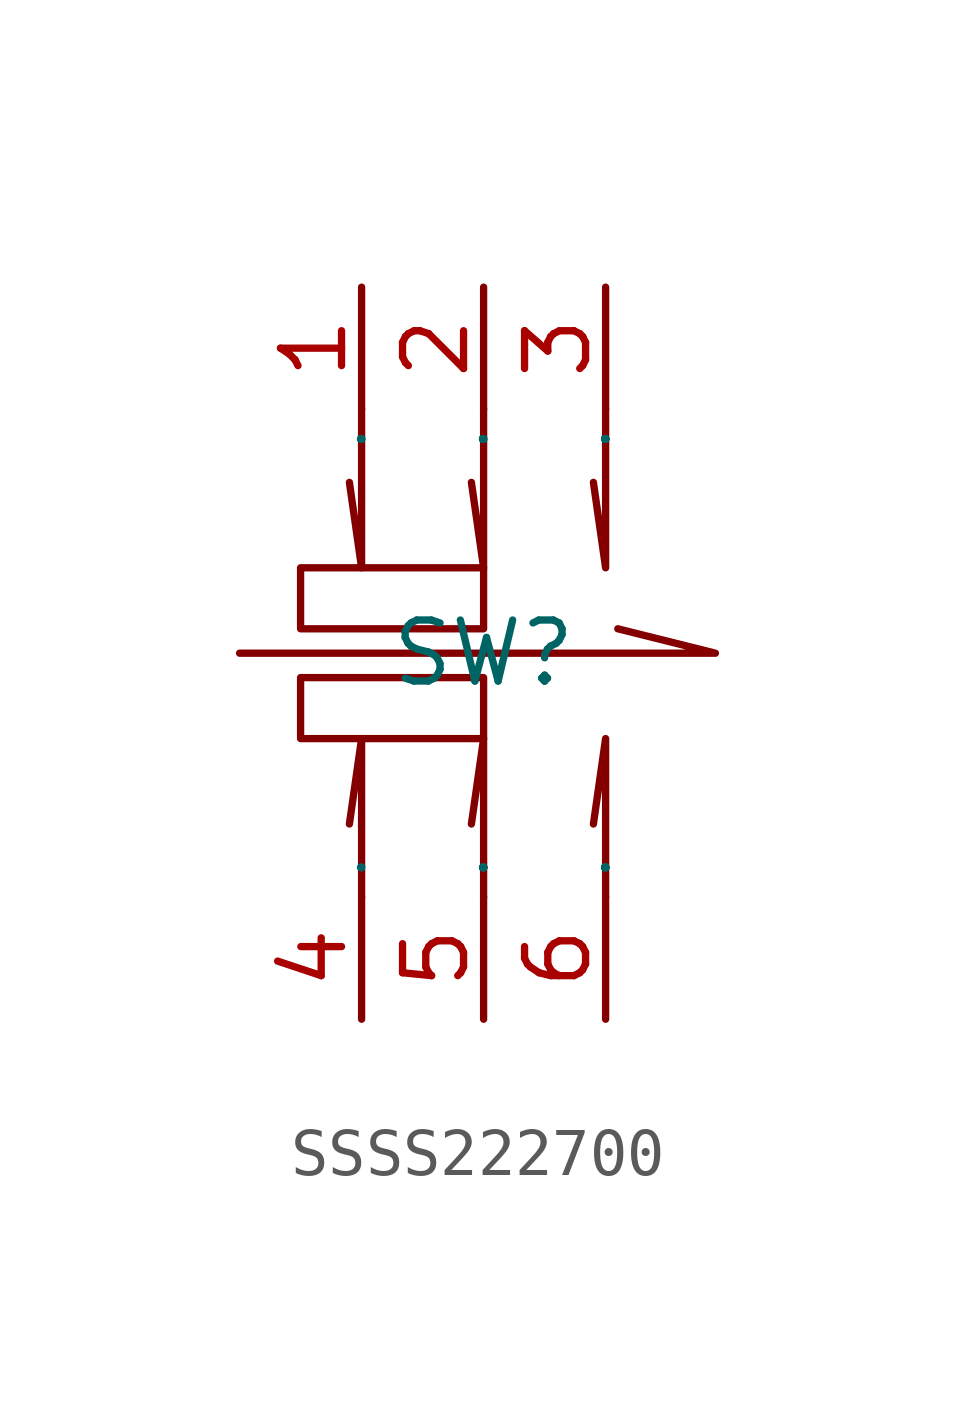
<source format=kicad_sym>
(kicad_symbol_lib
  (version 20241209)
  (generator "kicad_symbol_editor")
  (generator_version "9.0")
  (symbol "SSSS222700"
    (property "Reference" "SW"
      (at 0 0 0)
      (effects (font (size 1.27 1.27))))
    (property "Value" ""
      (at 0 0 0)
      (effects (font (size 1.27 1.27))))
    (symbol "SSSS222700_1_0"
      (polyline (pts (xy -5.08 0) (xy 4.826 0) (xy 4.826 0) (xy 2.794 0.508)) (stroke (width 0) (type default)) (fill (type none)))
      (rectangle (start -3.81 0.508) (end 0 1.778) (stroke (width 0) (type default)) (fill (type none)))
      (rectangle (start -3.81 -1.778) (end 0 -0.508) (stroke (width 0) (type default)) (fill (type none)))
      (polyline (pts (xy -2.54 5.08) (xy -2.54 1.778) (xy -2.54 1.778) (xy -2.794 3.556)) (stroke (width 0) (type default)) (fill (type none)))
      (polyline (pts (xy -2.54 -5.08) (xy -2.54 -1.778) (xy -2.54 -1.778) (xy -2.794 -3.556)) (stroke (width 0) (type default)) (fill (type none)))
      (polyline (pts (xy 0 5.08) (xy 0 1.778) (xy 0 1.778) (xy -0.254 3.556)) (stroke (width 0) (type default)) (fill (type none)))
      (polyline (pts (xy 0 -5.08) (xy 0 -1.778) (xy 0 -1.778) (xy -0.254 -3.556)) (stroke (width 0) (type default)) (fill (type none)))
      (polyline (pts (xy 2.54 5.08) (xy 2.54 1.778) (xy 2.54 1.778) (xy 2.286 3.556)) (stroke (width 0) (type default)) (fill (type none)))
      (polyline (pts (xy 2.54 -5.08) (xy 2.54 -1.778) (xy 2.54 -1.778) (xy 2.286 -3.556)) (stroke (width 0) (type default)) (fill (type none)))
      (pin input line (at -2.54 7.62 270) (length 2.54) (name "1" (effects (font (size 0.025 0.025)))) (number "1" (effects (font (size 1.27 1.27)))))
      (pin input line (at -2.54 -7.62 90) (length 2.54) (name "4" (effects (font (size 0.025 0.025)))) (number "4" (effects (font (size 1.27 1.27)))))
      (pin input line (at 0 7.62 270) (length 2.54) (name "2" (effects (font (size 0.025 0.025)))) (number "2" (effects (font (size 1.27 1.27)))))
      (pin input line (at 0 -7.62 90) (length 2.54) (name "5" (effects (font (size 0.025 0.025)))) (number "5" (effects (font (size 1.27 1.27)))))
      (pin input line (at 2.54 7.62 270) (length 2.54) (name "3" (effects (font (size 0.025 0.025)))) (number "3" (effects (font (size 1.27 1.27)))))
      (pin input line (at 2.54 -7.62 90) (length 2.54) (name "6" (effects (font (size 0.025 0.025)))) (number "6" (effects (font (size 1.27 1.27))))))))
</source>
